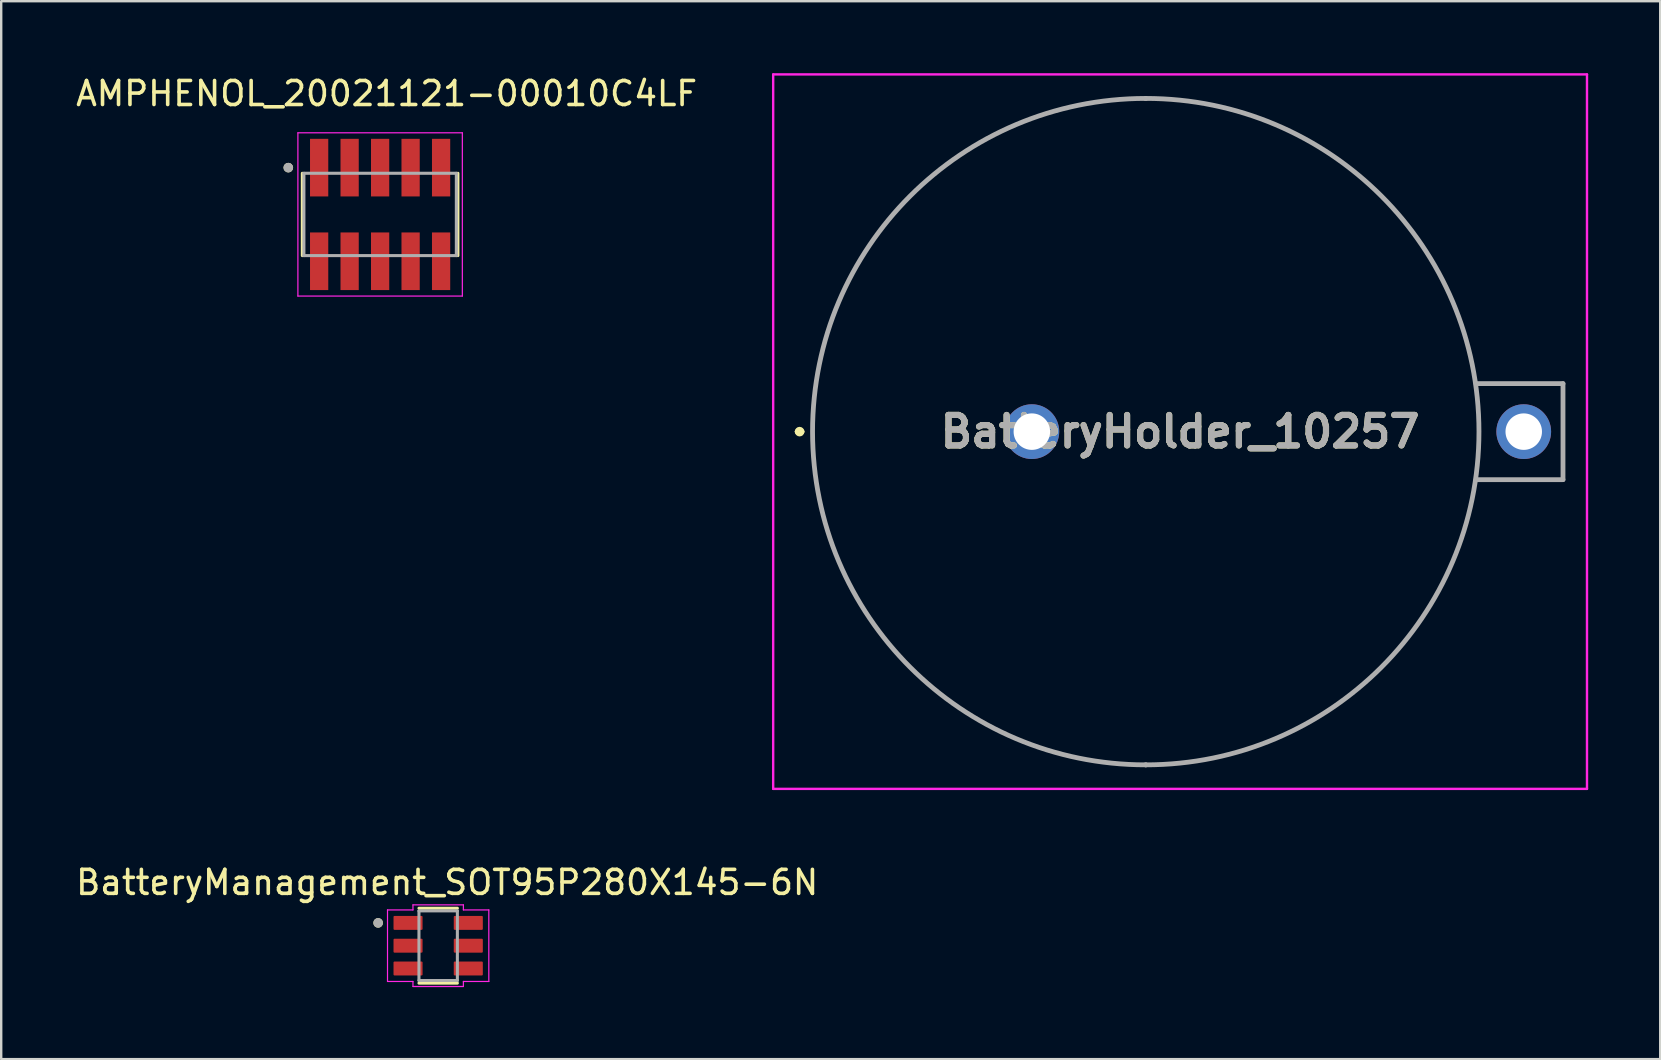
<source format=kicad_pcb>
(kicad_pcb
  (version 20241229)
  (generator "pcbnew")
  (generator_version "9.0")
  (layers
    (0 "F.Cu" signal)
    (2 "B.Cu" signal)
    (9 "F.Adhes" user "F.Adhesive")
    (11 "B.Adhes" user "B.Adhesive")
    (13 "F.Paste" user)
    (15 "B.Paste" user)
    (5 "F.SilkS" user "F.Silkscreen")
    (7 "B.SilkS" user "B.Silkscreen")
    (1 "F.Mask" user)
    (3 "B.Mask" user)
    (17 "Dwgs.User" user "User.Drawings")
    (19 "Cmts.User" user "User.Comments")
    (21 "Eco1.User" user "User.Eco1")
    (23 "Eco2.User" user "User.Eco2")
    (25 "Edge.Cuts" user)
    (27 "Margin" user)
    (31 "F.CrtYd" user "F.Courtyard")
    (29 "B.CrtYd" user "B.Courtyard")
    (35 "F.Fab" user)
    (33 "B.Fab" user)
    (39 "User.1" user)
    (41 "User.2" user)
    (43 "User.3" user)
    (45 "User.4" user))
  (footprint "BatteryHolder_10257"
    (layer "F.Cu")
    (at 39.932 14.93)
    (property "Reference" "BatteryHolder_10257" (at 6.175 0 0) (layer "F.SilkS") (effects (font (size 1.27 1.27) (thickness 0.254))))
    (attr through_hole)
    (fp_line (start -9.775 0) (end -9.775 0) (stroke (width 0.2) (type solid)) (layer "F.SilkS"))
    (fp_line (start -9.575 0) (end -9.575 0) (stroke (width 0.2) (type solid)) (layer "F.SilkS"))
    (fp_line (start 4.745 -13.88) (end 4.745 -13.88) (stroke (width 0.1) (type solid)) (layer "F.SilkS"))
    (fp_line (start 4.745 13.88) (end 4.745 13.88) (stroke (width 0.1) (type solid)) (layer "F.SilkS"))
    (fp_line (start 18.505 -2) (end 22.125 -2) (stroke (width 0.1) (type solid)) (layer "F.SilkS"))
    (fp_line (start 22.125 -2) (end 22.125 2) (stroke (width 0.1) (type solid)) (layer "F.SilkS"))
    (fp_line (start 22.125 2) (end 18.505 2) (stroke (width 0.1) (type solid)) (layer "F.SilkS"))
    (fp_arc (start -9.775 0) (mid -9.675 -0.1) (end -9.575 0) (stroke (width 0.2) (type solid)) (layer "F.SilkS"))
    (fp_arc (start -9.575 0) (mid -9.675 0.1) (end -9.775 0) (stroke (width 0.2) (type solid)) (layer "F.SilkS"))
    (fp_arc (start 4.745 -13.88) (mid 18.625 0) (end 4.745 13.88) (stroke (width 0.1) (type solid)) (layer "F.SilkS"))
    (fp_arc (start 4.745 13.88) (mid -9.135 0) (end 4.745 -13.88) (stroke (width 0.1) (type solid)) (layer "F.SilkS"))
    (fp_line (start -10.775 -14.88) (end 23.125 -14.88) (stroke (width 0.1) (type solid)) (layer "F.CrtYd"))
    (fp_line (start -10.775 14.88) (end -10.775 -14.88) (stroke (width 0.1) (type solid)) (layer "F.CrtYd"))
    (fp_line (start 23.125 -14.88) (end 23.125 14.88) (stroke (width 0.1) (type solid)) (layer "F.CrtYd"))
    (fp_line (start 23.125 14.88) (end -10.775 14.88) (stroke (width 0.1) (type solid)) (layer "F.CrtYd"))
    (fp_line (start 4.745 -13.88) (end 4.745 -13.88) (stroke (width 0.2) (type solid)) (layer "F.Fab"))
    (fp_line (start 4.745 13.88) (end 4.745 13.88) (stroke (width 0.2) (type solid)) (layer "F.Fab"))
    (fp_line (start 18.505 2) (end 22.125 2) (stroke (width 0.2) (type solid)) (layer "F.Fab"))
    (fp_line (start 22.125 -2) (end 18.505 -2) (stroke (width 0.2) (type solid)) (layer "F.Fab"))
    (fp_line (start 22.125 2) (end 22.125 -2) (stroke (width 0.2) (type solid)) (layer "F.Fab"))
    (fp_arc (start 4.745 -13.88) (mid 18.625 0) (end 4.745 13.88) (stroke (width 0.2) (type solid)) (layer "F.Fab"))
    (fp_arc (start 4.745 13.88) (mid -9.135 0) (end 4.745 -13.88) (stroke (width 0.2) (type solid)) (layer "F.Fab"))
    (fp_text user "${REFERENCE}" (at 6.175 0 0) (layer "F.Fab") (effects (font (size 1.27 1.27) (thickness 0.254))))
    (pad "1" thru_hole circle (at 0 0) (size 2.28 2.28) (drill 1.52) (layers "*.Cu" "*.Mask"))
    (pad "2" thru_hole circle (at 20.49 0) (size 2.28 2.28) (drill 1.52) (layers "*.Cu" "*.Mask")))
  (footprint "BatteryManagement_SOT95P280X145-6N"
    (layer "F.Cu")
    (at 15.202 36.343)
    (property "Reference" "BatteryManagement_SOT95P280X145-6N" (at 0.375 -2.635 0) (layer "F.SilkS") (effects (font (size 1 1) (thickness 0.15))))
    (attr smd)
    (fp_line (start -0.8 1.56) (end 0.8 1.56) (stroke (width 0.127) (type solid)) (layer "F.SilkS"))
    (fp_line (start 0.8 -1.56) (end -0.8 -1.56) (stroke (width 0.127) (type solid)) (layer "F.SilkS"))
    (fp_circle (center -2.5 -0.95) (end -2.4 -0.95) (stroke (width 0.2) (type solid)) (fill no) (layer "F.SilkS"))
    (fp_line (start -2.11 -1.49) (end -2.11 1.49) (stroke (width 0.05) (type solid)) (layer "F.CrtYd"))
    (fp_line (start -2.11 -1.49) (end -1.05 -1.49) (stroke (width 0.05) (type solid)) (layer "F.CrtYd"))
    (fp_line (start -2.11 1.49) (end -1.05 1.49) (stroke (width 0.05) (type solid)) (layer "F.CrtYd"))
    (fp_line (start -1.05 -1.49) (end -1.05 -1.7) (stroke (width 0.05) (type solid)) (layer "F.CrtYd"))
    (fp_line (start -1.05 1.49) (end -1.05 1.7) (stroke (width 0.05) (type solid)) (layer "F.CrtYd"))
    (fp_line (start -1.05 1.7) (end 1.05 1.7) (stroke (width 0.05) (type solid)) (layer "F.CrtYd"))
    (fp_line (start 1.05 -1.7) (end -1.05 -1.7) (stroke (width 0.05) (type solid)) (layer "F.CrtYd"))
    (fp_line (start 1.05 -1.49) (end 1.05 -1.7) (stroke (width 0.05) (type solid)) (layer "F.CrtYd"))
    (fp_line (start 1.05 1.49) (end 1.05 1.7) (stroke (width 0.05) (type solid)) (layer "F.CrtYd"))
    (fp_line (start 2.11 -1.49) (end 1.05 -1.49) (stroke (width 0.05) (type solid)) (layer "F.CrtYd"))
    (fp_line (start 2.11 1.49) (end 1.05 1.49) (stroke (width 0.05) (type solid)) (layer "F.CrtYd"))
    (fp_line (start 2.11 1.49) (end 2.11 -1.49) (stroke (width 0.05) (type solid)) (layer "F.CrtYd"))
    (fp_line (start -0.8 -1.45) (end -0.8 1.45) (stroke (width 0.127) (type solid)) (layer "F.Fab"))
    (fp_line (start -0.8 1.45) (end 0.8 1.45) (stroke (width 0.127) (type solid)) (layer "F.Fab"))
    (fp_line (start 0.8 -1.45) (end -0.8 -1.45) (stroke (width 0.127) (type solid)) (layer "F.Fab"))
    (fp_line (start 0.8 1.45) (end 0.8 -1.45) (stroke (width 0.127) (type solid)) (layer "F.Fab"))
    (fp_circle (center -2.5 -0.95) (end -2.4 -0.95) (stroke (width 0.2) (type solid)) (fill no) (layer "F.Fab"))
    (pad "1" smd roundrect (at -1.255 -0.95) (size 1.21 0.58) (layers "F.Cu" "F.Mask" "F.Paste") (roundrect_rratio 0.07))
    (pad "2" smd roundrect (at -1.255 0) (size 1.21 0.58) (layers "F.Cu" "F.Mask" "F.Paste") (roundrect_rratio 0.07))
    (pad "3" smd roundrect (at -1.255 0.95) (size 1.21 0.58) (layers "F.Cu" "F.Mask" "F.Paste") (roundrect_rratio 0.07))
    (pad "4" smd roundrect (at 1.255 0.95) (size 1.21 0.58) (layers "F.Cu" "F.Mask" "F.Paste") (roundrect_rratio 0.07))
    (pad "5" smd roundrect (at 1.255 0) (size 1.21 0.58) (layers "F.Cu" "F.Mask" "F.Paste") (roundrect_rratio 0.07))
    (pad "6" smd roundrect (at 1.255 -0.95) (size 1.21 0.58) (layers "F.Cu" "F.Mask" "F.Paste") (roundrect_rratio 0.07)))
  (footprint "AMPHENOL_20021121-00010C4LF"
    (layer "F.Cu")
    (at 12.784 5.883)
    (property "Reference" "AMPHENOL_20021121-00010C4LF" (at 0.27 -5.035 0) (layer "F.SilkS") (effects (font (size 1 1) (thickness 0.15))))
    (attr smd)
    (fp_line (start -3.24 1.715) (end -3.24 -1.715) (stroke (width 0.127) (type solid)) (layer "F.SilkS"))
    (fp_line (start 3.24 -1.715) (end 3.24 1.715) (stroke (width 0.127) (type solid)) (layer "F.SilkS"))
    (fp_circle (center -3.825 -1.95) (end -3.725 -1.95) (stroke (width 0.2) (type solid)) (fill no) (layer "F.SilkS"))
    (fp_line (start -3.425 -3.4) (end 3.425 -3.4) (stroke (width 0.05) (type solid)) (layer "F.CrtYd"))
    (fp_line (start -3.425 3.4) (end -3.425 -3.4) (stroke (width 0.05) (type solid)) (layer "F.CrtYd"))
    (fp_line (start 3.425 -3.4) (end 3.425 3.4) (stroke (width 0.05) (type solid)) (layer "F.CrtYd"))
    (fp_line (start 3.425 3.4) (end -3.425 3.4) (stroke (width 0.05) (type solid)) (layer "F.CrtYd"))
    (fp_line (start -3.175 -1.715) (end 3.175 -1.715) (stroke (width 0.127) (type solid)) (layer "F.Fab"))
    (fp_line (start -3.175 1.715) (end -3.175 -1.715) (stroke (width 0.127) (type solid)) (layer "F.Fab"))
    (fp_line (start -3.175 1.715) (end 3.175 1.715) (stroke (width 0.127) (type solid)) (layer "F.Fab"))
    (fp_line (start 3.175 -1.715) (end 3.175 1.715) (stroke (width 0.127) (type solid)) (layer "F.Fab"))
    (fp_circle (center -3.825 -1.95) (end -3.725 -1.95) (stroke (width 0.2) (type solid)) (fill no) (layer "F.Fab"))
    (pad "1" smd rect (at -2.54 -1.95) (size 0.76 2.4) (layers "F.Cu" "F.Mask" "F.Paste"))
    (pad "2" smd rect (at -2.54 1.95) (size 0.76 2.4) (layers "F.Cu" "F.Mask" "F.Paste"))
    (pad "3" smd rect (at -1.27 -1.95) (size 0.76 2.4) (layers "F.Cu" "F.Mask" "F.Paste"))
    (pad "4" smd rect (at -1.27 1.95) (size 0.76 2.4) (layers "F.Cu" "F.Mask" "F.Paste"))
    (pad "5" smd rect (at 0 -1.95) (size 0.76 2.4) (layers "F.Cu" "F.Mask" "F.Paste"))
    (pad "6" smd rect (at 0 1.95) (size 0.76 2.4) (layers "F.Cu" "F.Mask" "F.Paste"))
    (pad "7" smd rect (at 1.27 -1.95) (size 0.76 2.4) (layers "F.Cu" "F.Mask" "F.Paste"))
    (pad "8" smd rect (at 1.27 1.95) (size 0.76 2.4) (layers "F.Cu" "F.Mask" "F.Paste"))
    (pad "9" smd rect (at 2.54 -1.95) (size 0.76 2.4) (layers "F.Cu" "F.Mask" "F.Paste"))
    (pad "10" smd rect (at 2.54 1.95) (size 0.76 2.4) (layers "F.Cu" "F.Mask" "F.Paste")))
  (gr_rect
    (start -3 -3)
    (end 66.107 41.068)
    (stroke (width 0.1) (type default))
    (fill no)
    (layer "Edge.Cuts")))
</source>
